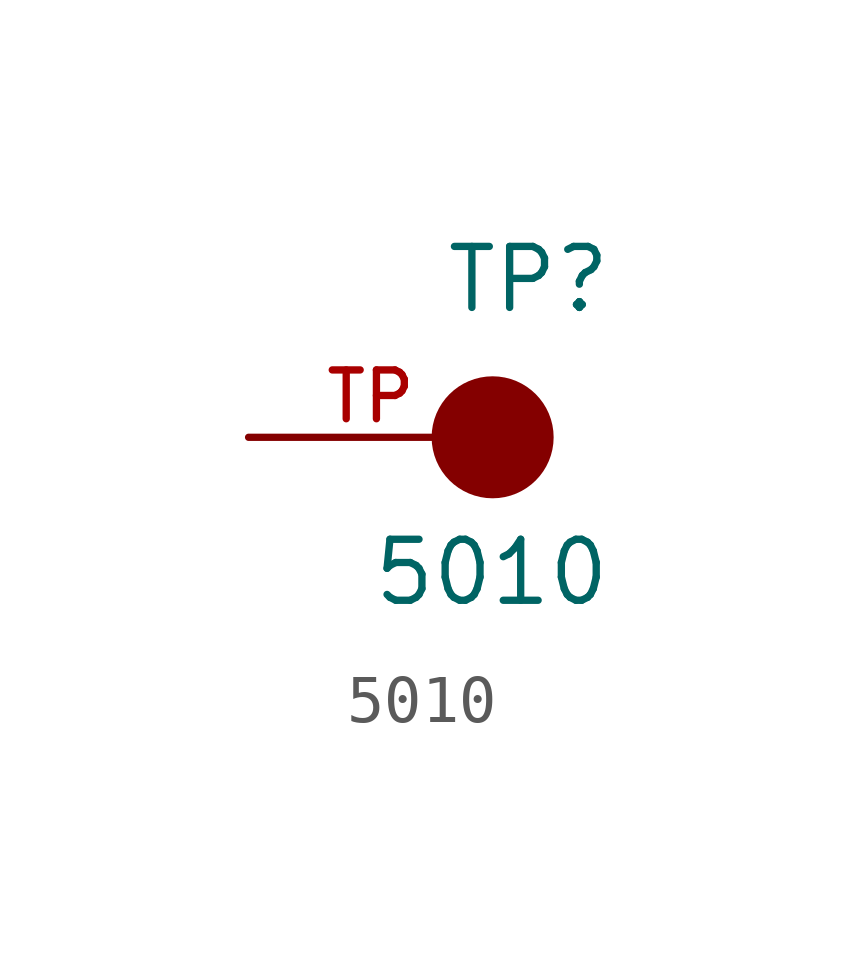
<source format=kicad_sym>
(kicad_symbol_lib
  (version 20241209)
  (generator "kicad_symbol_editor")
  (generator_version "9.0")
  (symbol "5010"
    (pin_names
      (offset 1.016))
    (property "Reference" "TP"
      (at -1.016 2.54 0)
      (effects (font (size 1.27 1.27)) (justify left bottom)))
    (property "Value" "5010"
      (at -2.54 -3.556 0)
      (effects (font (size 1.27 1.27)) (justify left bottom)))
    (symbol "5010_0_0"
      (circle (center 0 0) (radius 0.635) (stroke (width 1.27) (type default)) (fill (type none)))
      (pin passive line (at -5.08 0 0) (length 5.08) (name "~" (effects (font (size 1.016 1.016)))) (number "TP" (effects (font (size 1.016 1.016))))))))
</source>
